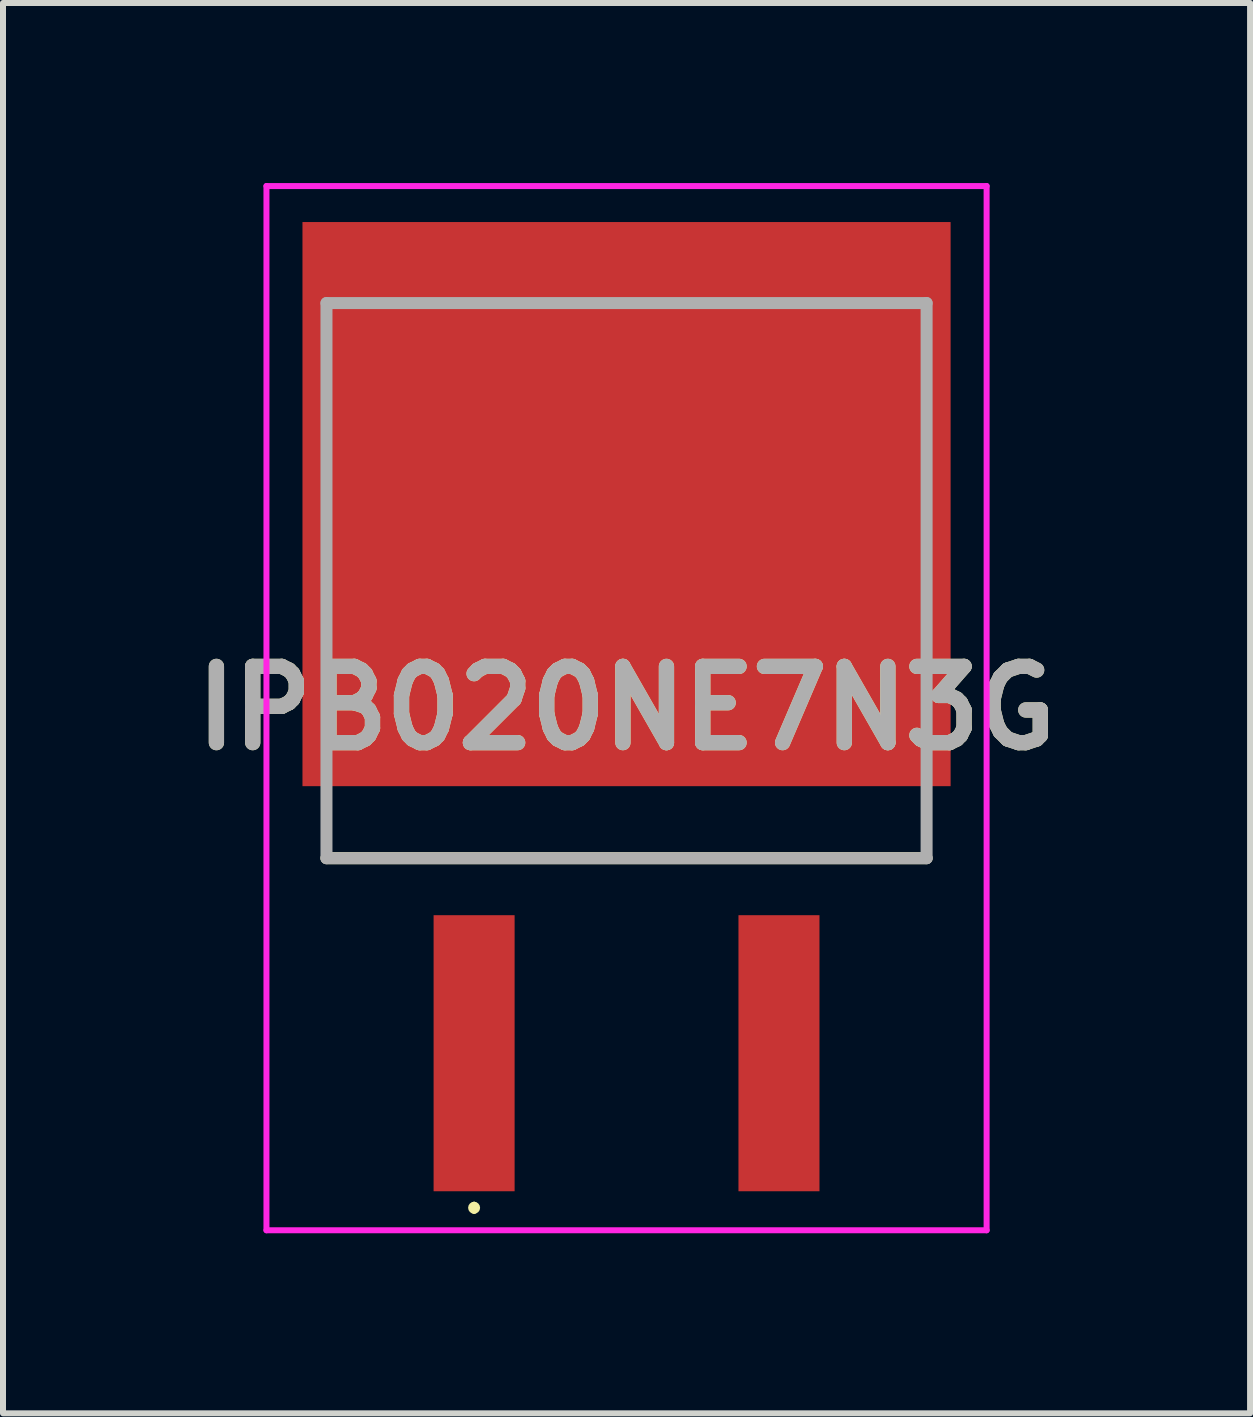
<source format=kicad_pcb>
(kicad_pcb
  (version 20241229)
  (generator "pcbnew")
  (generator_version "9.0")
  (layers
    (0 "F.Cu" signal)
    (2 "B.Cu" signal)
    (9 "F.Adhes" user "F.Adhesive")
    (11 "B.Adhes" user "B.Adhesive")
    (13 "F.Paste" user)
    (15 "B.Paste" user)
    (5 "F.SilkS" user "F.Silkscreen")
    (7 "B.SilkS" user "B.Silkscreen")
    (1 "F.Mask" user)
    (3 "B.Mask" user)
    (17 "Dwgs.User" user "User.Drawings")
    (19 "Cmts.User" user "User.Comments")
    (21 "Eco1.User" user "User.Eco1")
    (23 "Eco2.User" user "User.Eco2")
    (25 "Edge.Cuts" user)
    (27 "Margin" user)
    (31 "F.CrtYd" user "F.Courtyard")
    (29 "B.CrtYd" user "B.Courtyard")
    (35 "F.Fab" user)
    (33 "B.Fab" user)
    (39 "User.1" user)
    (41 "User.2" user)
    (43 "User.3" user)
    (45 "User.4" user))
  (footprint "IPB020NE7N3G"
    (layer "F.Cu")
    (at 7.39 9.425)
    (property "Reference" "IPB020NE7N3G" (at 0 -0.675 0) (layer "F.SilkS") (effects (font (size 1.27 1.27) (thickness 0.254))))
    (attr smd)
    (fp_line (start -5 1.825) (end 5 1.825) (stroke (width 0.2) (type solid)) (layer "F.SilkS"))
    (fp_line (start -2.54 7.6) (end -2.54 7.6) (stroke (width 0.1) (type solid)) (layer "F.SilkS"))
    (fp_line (start -2.54 7.7) (end -2.54 7.7) (stroke (width 0.1) (type solid)) (layer "F.SilkS"))
    (fp_arc (start -2.54 7.6) (mid -2.49 7.65) (end -2.54 7.7) (stroke (width 0.1) (type solid)) (layer "F.SilkS"))
    (fp_arc (start -2.54 7.7) (mid -2.59 7.65) (end -2.54 7.6) (stroke (width 0.1) (type solid)) (layer "F.SilkS"))
    (fp_line (start -6 -9.375) (end 6 -9.375) (stroke (width 0.1) (type solid)) (layer "F.CrtYd"))
    (fp_line (start -6 8.025) (end -6 -9.375) (stroke (width 0.1) (type solid)) (layer "F.CrtYd"))
    (fp_line (start 6 -9.375) (end 6 8.025) (stroke (width 0.1) (type solid)) (layer "F.CrtYd"))
    (fp_line (start 6 8.025) (end -6 8.025) (stroke (width 0.1) (type solid)) (layer "F.CrtYd"))
    (fp_line (start -5 -7.425) (end 5 -7.425) (stroke (width 0.2) (type solid)) (layer "F.Fab"))
    (fp_line (start -5 1.825) (end -5 -7.425) (stroke (width 0.2) (type solid)) (layer "F.Fab"))
    (fp_line (start 5 -7.425) (end 5 1.825) (stroke (width 0.2) (type solid)) (layer "F.Fab"))
    (fp_line (start 5 1.825) (end -5 1.825) (stroke (width 0.2) (type solid)) (layer "F.Fab"))
    (fp_text user "${REFERENCE}" (at 0 -0.675 0) (layer "F.Fab") (effects (font (size 1.27 1.27) (thickness 0.254))))
    (pad "1" smd rect (at -2.54 5.075) (size 1.35 4.6) (layers "F.Cu" "F.Mask" "F.Paste"))
    (pad "2" smd rect (at 0 -4.075 90) (size 9.4 10.8) (layers "F.Cu" "F.Mask" "F.Paste"))
    (pad "3" smd rect (at 2.54 5.075) (size 1.35 4.6) (layers "F.Cu" "F.Mask" "F.Paste")))
  (gr_rect
    (start -3 -3)
    (end 17.78 20.5)
    (stroke (width 0.1) (type default))
    (fill no)
    (layer "Edge.Cuts")))
</source>
